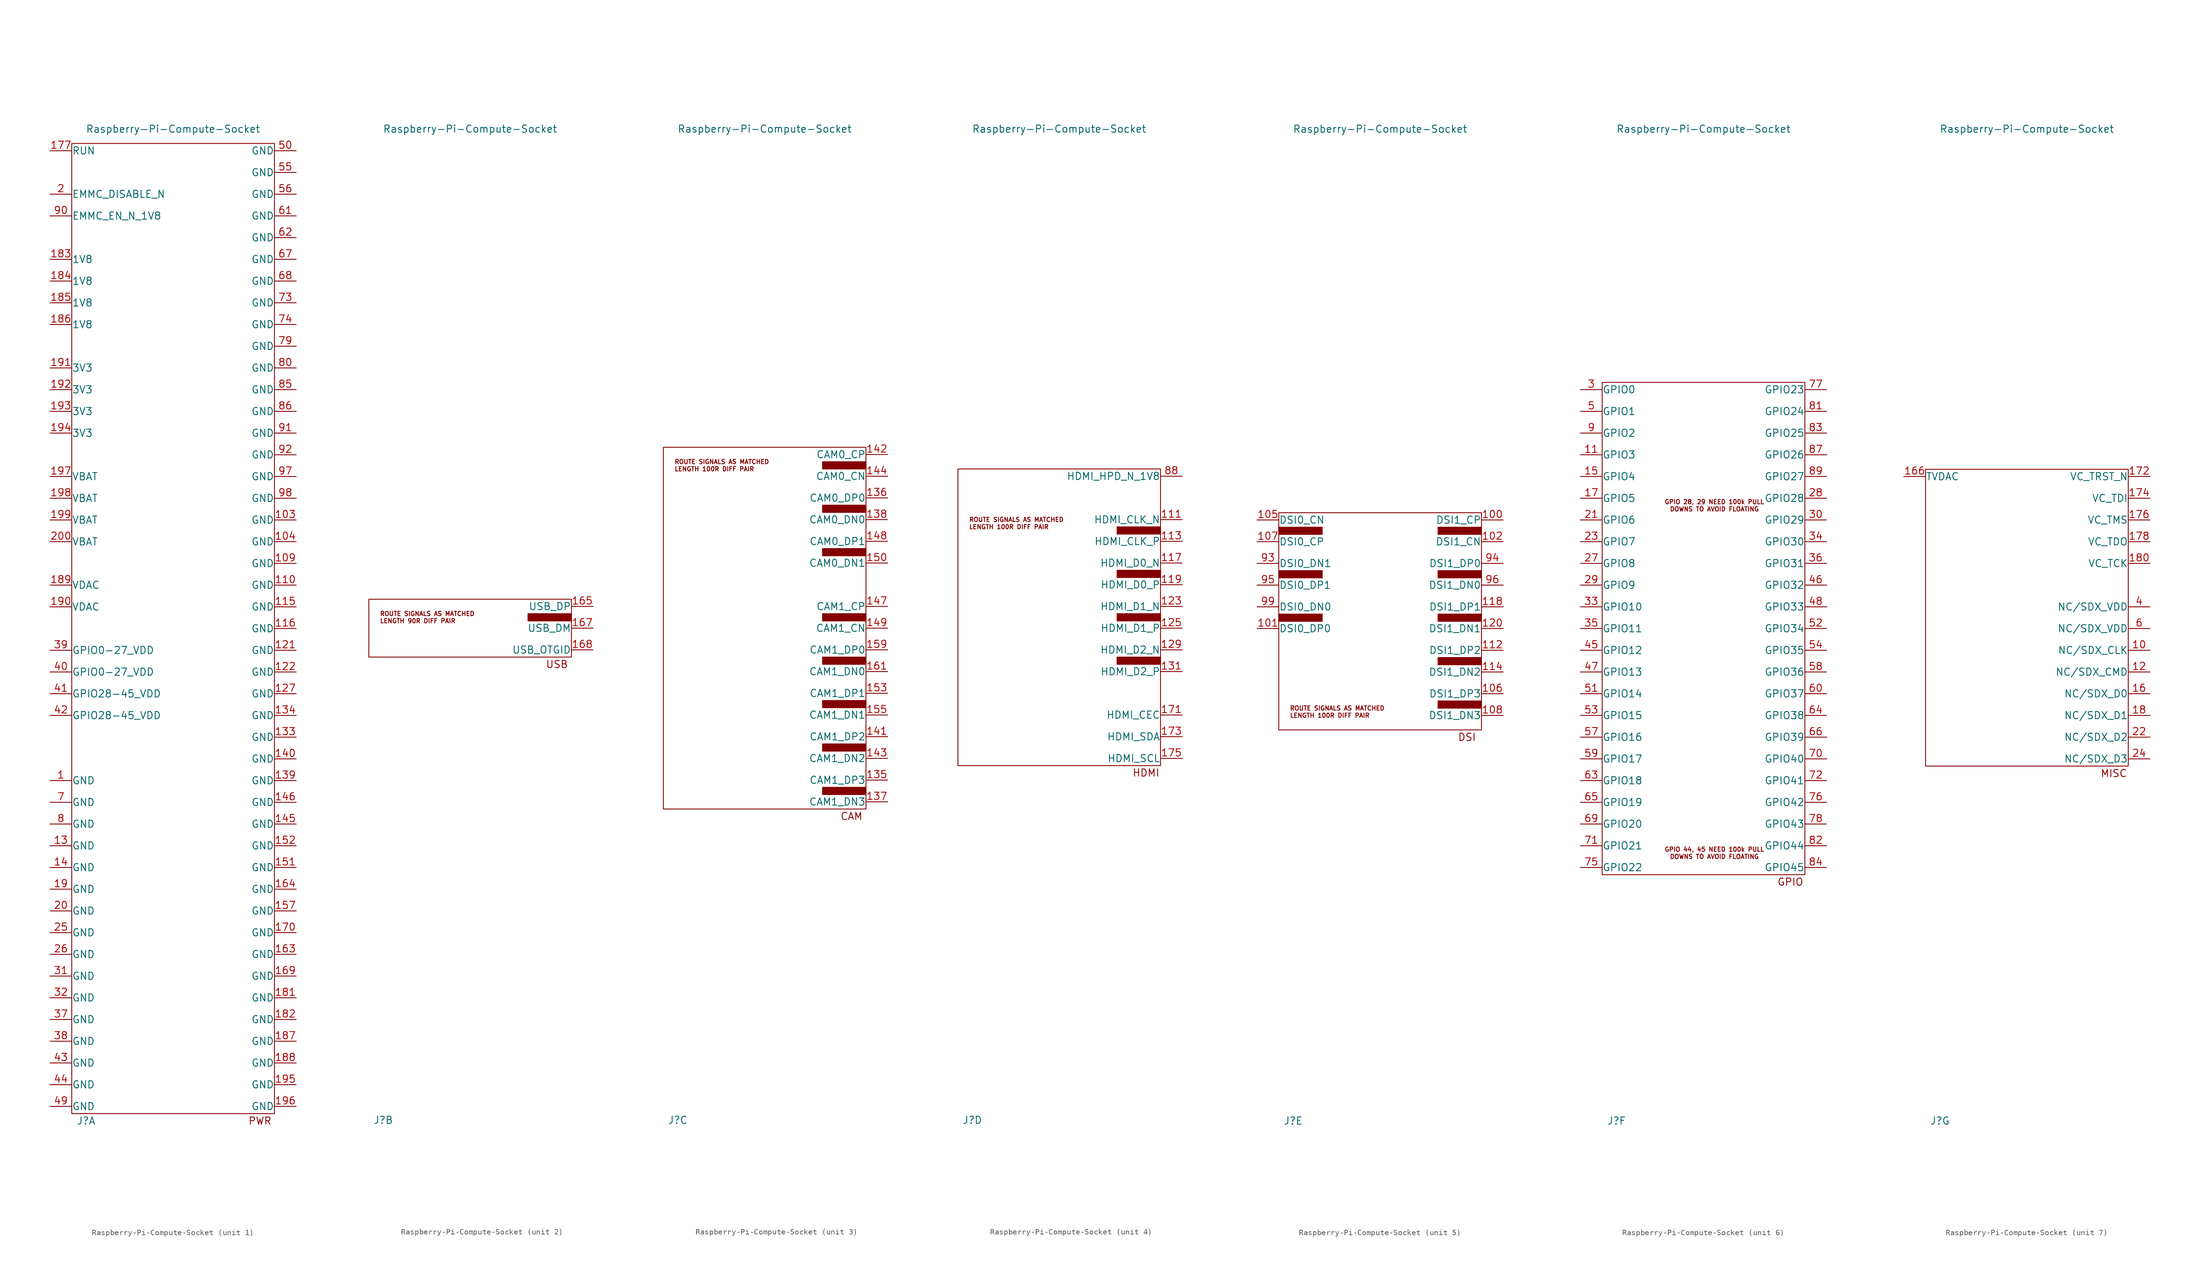
<source format=kicad_sym>
(kicad_symbol_lib
  (version 20210619)
  (generator kicad_symbol_editor)
  (symbol "tinkerforge:Raspberry-Pi-Compute-Socket"
    (pin_names
      (offset 0.025))
    (property "Reference" "J"
      (at -15.24 -86.36 0)
      (effects (font (size 1.27 1.27))))
    (property "Value" "Raspberry-Pi-Compute-Socket"
      (at 0 87.63 0)
      (effects (font (size 1.27 1.27))))
    (property "ki_locked" ""
      (at 0 0 0)
      (effects (font (size 1.27 1.27))))
    (symbol "Raspberry-Pi-Compute-Socket_1_0"
      (text "PWR" (at 15.24 -86.36 0) (effects (font (size 1.27 1.27)))))
    (symbol "Raspberry-Pi-Compute-Socket_1_1"
      (rectangle (start -17.78 85.09) (end 17.78 -85.09) (stroke (width 0)) (fill (type none)))
      (pin input line (at -21.59 -26.67 0) (length 3.81) (name "GND" (effects (font (size 1.27 1.27)))) (number "1" (effects (font (size 1.27 1.27)))))
      (pin input line (at 21.59 19.05 180) (length 3.81) (name "GND" (effects (font (size 1.27 1.27)))) (number "103" (effects (font (size 1.27 1.27)))))
      (pin input line (at 21.59 15.24 180) (length 3.81) (name "GND" (effects (font (size 1.27 1.27)))) (number "104" (effects (font (size 1.27 1.27)))))
      (pin input line (at 21.59 11.43 180) (length 3.81) (name "GND" (effects (font (size 1.27 1.27)))) (number "109" (effects (font (size 1.27 1.27)))))
      (pin input line (at 21.59 7.62 180) (length 3.81) (name "GND" (effects (font (size 1.27 1.27)))) (number "110" (effects (font (size 1.27 1.27)))))
      (pin input line (at 21.59 3.81 180) (length 3.81) (name "GND" (effects (font (size 1.27 1.27)))) (number "115" (effects (font (size 1.27 1.27)))))
      (pin input line (at 21.59 0 180) (length 3.81) (name "GND" (effects (font (size 1.27 1.27)))) (number "116" (effects (font (size 1.27 1.27)))))
      (pin input line (at 21.59 -3.81 180) (length 3.81) (name "GND" (effects (font (size 1.27 1.27)))) (number "121" (effects (font (size 1.27 1.27)))))
      (pin input line (at 21.59 -7.62 180) (length 3.81) (name "GND" (effects (font (size 1.27 1.27)))) (number "122" (effects (font (size 1.27 1.27)))))
      (pin input line (at 21.59 -11.43 180) (length 3.81) (name "GND" (effects (font (size 1.27 1.27)))) (number "127" (effects (font (size 1.27 1.27)))))
      (pin input line (at -21.59 -38.1 0) (length 3.81) (name "GND" (effects (font (size 1.27 1.27)))) (number "13" (effects (font (size 1.27 1.27)))))
      (pin input line (at 21.59 -19.05 180) (length 3.81) (name "GND" (effects (font (size 1.27 1.27)))) (number "133" (effects (font (size 1.27 1.27)))))
      (pin input line (at 21.59 -15.24 180) (length 3.81) (name "GND" (effects (font (size 1.27 1.27)))) (number "134" (effects (font (size 1.27 1.27)))))
      (pin input line (at 21.59 -26.67 180) (length 3.81) (name "GND" (effects (font (size 1.27 1.27)))) (number "139" (effects (font (size 1.27 1.27)))))
      (pin input line (at -21.59 -41.91 0) (length 3.81) (name "GND" (effects (font (size 1.27 1.27)))) (number "14" (effects (font (size 1.27 1.27)))))
      (pin input line (at 21.59 -22.86 180) (length 3.81) (name "GND" (effects (font (size 1.27 1.27)))) (number "140" (effects (font (size 1.27 1.27)))))
      (pin input line (at 21.59 -34.29 180) (length 3.81) (name "GND" (effects (font (size 1.27 1.27)))) (number "145" (effects (font (size 1.27 1.27)))))
      (pin input line (at 21.59 -30.48 180) (length 3.81) (name "GND" (effects (font (size 1.27 1.27)))) (number "146" (effects (font (size 1.27 1.27)))))
      (pin input line (at 21.59 -41.91 180) (length 3.81) (name "GND" (effects (font (size 1.27 1.27)))) (number "151" (effects (font (size 1.27 1.27)))))
      (pin input line (at 21.59 -38.1 180) (length 3.81) (name "GND" (effects (font (size 1.27 1.27)))) (number "152" (effects (font (size 1.27 1.27)))))
      (pin input line (at 21.59 -49.53 180) (length 3.81) (name "GND" (effects (font (size 1.27 1.27)))) (number "157" (effects (font (size 1.27 1.27)))))
      (pin input line (at 21.59 -57.15 180) (length 3.81) (name "GND" (effects (font (size 1.27 1.27)))) (number "163" (effects (font (size 1.27 1.27)))))
      (pin input line (at 21.59 -45.72 180) (length 3.81) (name "GND" (effects (font (size 1.27 1.27)))) (number "164" (effects (font (size 1.27 1.27)))))
      (pin input line (at 21.59 -60.96 180) (length 3.81) (name "GND" (effects (font (size 1.27 1.27)))) (number "169" (effects (font (size 1.27 1.27)))))
      (pin input line (at 21.59 -53.34 180) (length 3.81) (name "GND" (effects (font (size 1.27 1.27)))) (number "170" (effects (font (size 1.27 1.27)))))
      (pin input line (at -21.59 83.82 0) (length 3.81) (name "RUN" (effects (font (size 1.27 1.27)))) (number "177" (effects (font (size 1.27 1.27)))))
      (pin no_connect line (at -21.59 80.01 0) (length 3.81) hide (name "VDD_CORE" (effects (font (size 1.27 1.27)))) (number "179" (effects (font (size 1.27 1.27)))))
      (pin input line (at 21.59 -64.77 180) (length 3.81) (name "GND" (effects (font (size 1.27 1.27)))) (number "181" (effects (font (size 1.27 1.27)))))
      (pin input line (at 21.59 -68.58 180) (length 3.81) (name "GND" (effects (font (size 1.27 1.27)))) (number "182" (effects (font (size 1.27 1.27)))))
      (pin input line (at -21.59 64.77 0) (length 3.81) (name "1V8" (effects (font (size 1.27 1.27)))) (number "183" (effects (font (size 1.27 1.27)))))
      (pin input line (at -21.59 60.96 0) (length 3.81) (name "1V8" (effects (font (size 1.27 1.27)))) (number "184" (effects (font (size 1.27 1.27)))))
      (pin input line (at -21.59 57.15 0) (length 3.81) (name "1V8" (effects (font (size 1.27 1.27)))) (number "185" (effects (font (size 1.27 1.27)))))
      (pin input line (at -21.59 53.34 0) (length 3.81) (name "1V8" (effects (font (size 1.27 1.27)))) (number "186" (effects (font (size 1.27 1.27)))))
      (pin input line (at 21.59 -72.39 180) (length 3.81) (name "GND" (effects (font (size 1.27 1.27)))) (number "187" (effects (font (size 1.27 1.27)))))
      (pin input line (at 21.59 -76.2 180) (length 3.81) (name "GND" (effects (font (size 1.27 1.27)))) (number "188" (effects (font (size 1.27 1.27)))))
      (pin input line (at -21.59 7.62 0) (length 3.81) (name "VDAC" (effects (font (size 1.27 1.27)))) (number "189" (effects (font (size 1.27 1.27)))))
      (pin input line (at -21.59 -45.72 0) (length 3.81) (name "GND" (effects (font (size 1.27 1.27)))) (number "19" (effects (font (size 1.27 1.27)))))
      (pin input line (at -21.59 3.81 0) (length 3.81) (name "VDAC" (effects (font (size 1.27 1.27)))) (number "190" (effects (font (size 1.27 1.27)))))
      (pin input line (at -21.59 45.72 0) (length 3.81) (name "3V3" (effects (font (size 1.27 1.27)))) (number "191" (effects (font (size 1.27 1.27)))))
      (pin input line (at -21.59 41.91 0) (length 3.81) (name "3V3" (effects (font (size 1.27 1.27)))) (number "192" (effects (font (size 1.27 1.27)))))
      (pin input line (at -21.59 38.1 0) (length 3.81) (name "3V3" (effects (font (size 1.27 1.27)))) (number "193" (effects (font (size 1.27 1.27)))))
      (pin input line (at -21.59 34.29 0) (length 3.81) (name "3V3" (effects (font (size 1.27 1.27)))) (number "194" (effects (font (size 1.27 1.27)))))
      (pin input line (at 21.59 -80.01 180) (length 3.81) (name "GND" (effects (font (size 1.27 1.27)))) (number "195" (effects (font (size 1.27 1.27)))))
      (pin input line (at 21.59 -83.82 180) (length 3.81) (name "GND" (effects (font (size 1.27 1.27)))) (number "196" (effects (font (size 1.27 1.27)))))
      (pin input line (at -21.59 26.67 0) (length 3.81) (name "VBAT" (effects (font (size 1.27 1.27)))) (number "197" (effects (font (size 1.27 1.27)))))
      (pin input line (at -21.59 22.86 0) (length 3.81) (name "VBAT" (effects (font (size 1.27 1.27)))) (number "198" (effects (font (size 1.27 1.27)))))
      (pin input line (at -21.59 19.05 0) (length 3.81) (name "VBAT" (effects (font (size 1.27 1.27)))) (number "199" (effects (font (size 1.27 1.27)))))
      (pin input line (at -21.59 76.2 0) (length 3.81) (name "EMMC_DISABLE_N" (effects (font (size 1.27 1.27)))) (number "2" (effects (font (size 1.27 1.27)))))
      (pin input line (at -21.59 -49.53 0) (length 3.81) (name "GND" (effects (font (size 1.27 1.27)))) (number "20" (effects (font (size 1.27 1.27)))))
      (pin input line (at -21.59 15.24 0) (length 3.81) (name "VBAT" (effects (font (size 1.27 1.27)))) (number "200" (effects (font (size 1.27 1.27)))))
      (pin input line (at -21.59 -53.34 0) (length 3.81) (name "GND" (effects (font (size 1.27 1.27)))) (number "25" (effects (font (size 1.27 1.27)))))
      (pin input line (at -21.59 -57.15 0) (length 3.81) (name "GND" (effects (font (size 1.27 1.27)))) (number "26" (effects (font (size 1.27 1.27)))))
      (pin input line (at -21.59 -60.96 0) (length 3.81) (name "GND" (effects (font (size 1.27 1.27)))) (number "31" (effects (font (size 1.27 1.27)))))
      (pin input line (at -21.59 -64.77 0) (length 3.81) (name "GND" (effects (font (size 1.27 1.27)))) (number "32" (effects (font (size 1.27 1.27)))))
      (pin input line (at -21.59 -68.58 0) (length 3.81) (name "GND" (effects (font (size 1.27 1.27)))) (number "37" (effects (font (size 1.27 1.27)))))
      (pin input line (at -21.59 -72.39 0) (length 3.81) (name "GND" (effects (font (size 1.27 1.27)))) (number "38" (effects (font (size 1.27 1.27)))))
      (pin input line (at -21.59 -3.81 0) (length 3.81) (name "GPIO0-27_VDD" (effects (font (size 1.27 1.27)))) (number "39" (effects (font (size 1.27 1.27)))))
      (pin input line (at -21.59 -7.62 0) (length 3.81) (name "GPIO0-27_VDD" (effects (font (size 1.27 1.27)))) (number "40" (effects (font (size 1.27 1.27)))))
      (pin input line (at -21.59 -11.43 0) (length 3.81) (name "GPIO28-45_VDD" (effects (font (size 1.27 1.27)))) (number "41" (effects (font (size 1.27 1.27)))))
      (pin input line (at -21.59 -15.24 0) (length 3.81) (name "GPIO28-45_VDD" (effects (font (size 1.27 1.27)))) (number "42" (effects (font (size 1.27 1.27)))))
      (pin input line (at -21.59 -76.2 0) (length 3.81) (name "GND" (effects (font (size 1.27 1.27)))) (number "43" (effects (font (size 1.27 1.27)))))
      (pin input line (at -21.59 -80.01 0) (length 3.81) (name "GND" (effects (font (size 1.27 1.27)))) (number "44" (effects (font (size 1.27 1.27)))))
      (pin input line (at -21.59 -83.82 0) (length 3.81) (name "GND" (effects (font (size 1.27 1.27)))) (number "49" (effects (font (size 1.27 1.27)))))
      (pin input line (at 21.59 83.82 180) (length 3.81) (name "GND" (effects (font (size 1.27 1.27)))) (number "50" (effects (font (size 1.27 1.27)))))
      (pin input line (at 21.59 80.01 180) (length 3.81) (name "GND" (effects (font (size 1.27 1.27)))) (number "55" (effects (font (size 1.27 1.27)))))
      (pin input line (at 21.59 76.2 180) (length 3.81) (name "GND" (effects (font (size 1.27 1.27)))) (number "56" (effects (font (size 1.27 1.27)))))
      (pin input line (at 21.59 72.39 180) (length 3.81) (name "GND" (effects (font (size 1.27 1.27)))) (number "61" (effects (font (size 1.27 1.27)))))
      (pin input line (at 21.59 68.58 180) (length 3.81) (name "GND" (effects (font (size 1.27 1.27)))) (number "62" (effects (font (size 1.27 1.27)))))
      (pin input line (at 21.59 64.77 180) (length 3.81) (name "GND" (effects (font (size 1.27 1.27)))) (number "67" (effects (font (size 1.27 1.27)))))
      (pin input line (at 21.59 60.96 180) (length 3.81) (name "GND" (effects (font (size 1.27 1.27)))) (number "68" (effects (font (size 1.27 1.27)))))
      (pin input line (at -21.59 -30.48 0) (length 3.81) (name "GND" (effects (font (size 1.27 1.27)))) (number "7" (effects (font (size 1.27 1.27)))))
      (pin input line (at 21.59 57.15 180) (length 3.81) (name "GND" (effects (font (size 1.27 1.27)))) (number "73" (effects (font (size 1.27 1.27)))))
      (pin input line (at 21.59 53.34 180) (length 3.81) (name "GND" (effects (font (size 1.27 1.27)))) (number "74" (effects (font (size 1.27 1.27)))))
      (pin input line (at 21.59 49.53 180) (length 3.81) (name "GND" (effects (font (size 1.27 1.27)))) (number "79" (effects (font (size 1.27 1.27)))))
      (pin input line (at -21.59 -34.29 0) (length 3.81) (name "GND" (effects (font (size 1.27 1.27)))) (number "8" (effects (font (size 1.27 1.27)))))
      (pin input line (at 21.59 45.72 180) (length 3.81) (name "GND" (effects (font (size 1.27 1.27)))) (number "80" (effects (font (size 1.27 1.27)))))
      (pin input line (at 21.59 41.91 180) (length 3.81) (name "GND" (effects (font (size 1.27 1.27)))) (number "85" (effects (font (size 1.27 1.27)))))
      (pin input line (at 21.59 38.1 180) (length 3.81) (name "GND" (effects (font (size 1.27 1.27)))) (number "86" (effects (font (size 1.27 1.27)))))
      (pin input line (at -21.59 72.39 0) (length 3.81) (name "EMMC_EN_N_1V8" (effects (font (size 1.27 1.27)))) (number "90" (effects (font (size 1.27 1.27)))))
      (pin input line (at 21.59 34.29 180) (length 3.81) (name "GND" (effects (font (size 1.27 1.27)))) (number "91" (effects (font (size 1.27 1.27)))))
      (pin input line (at 21.59 30.48 180) (length 3.81) (name "GND" (effects (font (size 1.27 1.27)))) (number "92" (effects (font (size 1.27 1.27)))))
      (pin input line (at 21.59 26.67 180) (length 3.81) (name "GND" (effects (font (size 1.27 1.27)))) (number "97" (effects (font (size 1.27 1.27)))))
      (pin input line (at 21.59 22.86 180) (length 3.81) (name "GND" (effects (font (size 1.27 1.27)))) (number "98" (effects (font (size 1.27 1.27))))))
    (symbol "Raspberry-Pi-Compute-Socket_2_0"
      (text "LENGTH 90R DIFF PAIR" (at -15.875 1.27 0) (effects (font (size 0.762 0.762)) (justify left)))
      (text "ROUTE SIGNALS AS MATCHED" (at -15.875 2.54 0) (effects (font (size 0.762 0.762)) (justify left)))
      (text "USB" (at 15.24 -6.35 0) (effects (font (size 1.27 1.27))))
      (rectangle (start 10.16 2.54) (end 17.78 1.27) (stroke (width 0)) (fill (type outline))))
    (symbol "Raspberry-Pi-Compute-Socket_2_1"
      (rectangle (start -17.78 5.08) (end 17.78 -5.08) (stroke (width 0)) (fill (type none)))
      (pin input line (at 21.59 3.81 180) (length 3.81) (name "USB_DP" (effects (font (size 1.27 1.27)))) (number "165" (effects (font (size 1.27 1.27)))))
      (pin input line (at 21.59 0 180) (length 3.81) (name "USB_DM" (effects (font (size 1.27 1.27)))) (number "167" (effects (font (size 1.27 1.27)))))
      (pin input line (at 21.59 -3.81 180) (length 3.81) (name "USB_OTGID" (effects (font (size 1.27 1.27)))) (number "168" (effects (font (size 1.27 1.27))))))
    (symbol "Raspberry-Pi-Compute-Socket_3_0"
      (text "CAM" (at 15.24 -33.02 0) (effects (font (size 1.27 1.27))))
      (text "LENGTH 100R DIFF PAIR" (at -15.875 27.94 0) (effects (font (size 0.762 0.762)) (justify left)))
      (text "ROUTE SIGNALS AS MATCHED" (at -15.875 29.21 0) (effects (font (size 0.762 0.762)) (justify left)))
      (rectangle (start -17.78 31.75) (end 17.78 -31.75) (stroke (width 0)) (fill (type none)))
      (rectangle (start 10.16 -27.94) (end 17.78 -29.21) (stroke (width 0)) (fill (type outline)))
      (rectangle (start 10.16 -20.32) (end 17.78 -21.59) (stroke (width 0)) (fill (type outline)))
      (rectangle (start 10.16 -12.7) (end 17.78 -13.97) (stroke (width 0)) (fill (type outline)))
      (rectangle (start 10.16 -5.08) (end 17.78 -6.35) (stroke (width 0)) (fill (type outline)))
      (rectangle (start 10.16 2.54) (end 17.78 1.27) (stroke (width 0)) (fill (type outline)))
      (rectangle (start 10.16 13.97) (end 17.78 12.7) (stroke (width 0)) (fill (type outline)))
      (rectangle (start 10.16 21.59) (end 17.78 20.32) (stroke (width 0)) (fill (type outline)))
      (rectangle (start 10.16 29.21) (end 17.78 27.94) (stroke (width 0)) (fill (type outline))))
    (symbol "Raspberry-Pi-Compute-Socket_3_1"
      (pin input line (at 21.59 -26.67 180) (length 3.81) (name "CAM1_DP3" (effects (font (size 1.27 1.27)))) (number "135" (effects (font (size 1.27 1.27)))))
      (pin input line (at 21.59 22.86 180) (length 3.81) (name "CAM0_DP0" (effects (font (size 1.27 1.27)))) (number "136" (effects (font (size 1.27 1.27)))))
      (pin input line (at 21.59 -30.48 180) (length 3.81) (name "CAM1_DN3" (effects (font (size 1.27 1.27)))) (number "137" (effects (font (size 1.27 1.27)))))
      (pin input line (at 21.59 19.05 180) (length 3.81) (name "CAM0_DN0" (effects (font (size 1.27 1.27)))) (number "138" (effects (font (size 1.27 1.27)))))
      (pin input line (at 21.59 -19.05 180) (length 3.81) (name "CAM1_DP2" (effects (font (size 1.27 1.27)))) (number "141" (effects (font (size 1.27 1.27)))))
      (pin input line (at 21.59 30.48 180) (length 3.81) (name "CAM0_CP" (effects (font (size 1.27 1.27)))) (number "142" (effects (font (size 1.27 1.27)))))
      (pin input line (at 21.59 -22.86 180) (length 3.81) (name "CAM1_DN2" (effects (font (size 1.27 1.27)))) (number "143" (effects (font (size 1.27 1.27)))))
      (pin input line (at 21.59 26.67 180) (length 3.81) (name "CAM0_CN" (effects (font (size 1.27 1.27)))) (number "144" (effects (font (size 1.27 1.27)))))
      (pin input line (at 21.59 3.81 180) (length 3.81) (name "CAM1_CP" (effects (font (size 1.27 1.27)))) (number "147" (effects (font (size 1.27 1.27)))))
      (pin input line (at 21.59 15.24 180) (length 3.81) (name "CAM0_DP1" (effects (font (size 1.27 1.27)))) (number "148" (effects (font (size 1.27 1.27)))))
      (pin input line (at 21.59 0 180) (length 3.81) (name "CAM1_CN" (effects (font (size 1.27 1.27)))) (number "149" (effects (font (size 1.27 1.27)))))
      (pin input line (at 21.59 11.43 180) (length 3.81) (name "CAM0_DN1" (effects (font (size 1.27 1.27)))) (number "150" (effects (font (size 1.27 1.27)))))
      (pin input line (at 21.59 -11.43 180) (length 3.81) (name "CAM1_DP1" (effects (font (size 1.27 1.27)))) (number "153" (effects (font (size 1.27 1.27)))))
      (pin input line (at 21.59 -15.24 180) (length 3.81) (name "CAM1_DN1" (effects (font (size 1.27 1.27)))) (number "155" (effects (font (size 1.27 1.27)))))
      (pin input line (at 21.59 -3.81 180) (length 3.81) (name "CAM1_DP0" (effects (font (size 1.27 1.27)))) (number "159" (effects (font (size 1.27 1.27)))))
      (pin input line (at 21.59 -7.62 180) (length 3.81) (name "CAM1_DN0" (effects (font (size 1.27 1.27)))) (number "161" (effects (font (size 1.27 1.27))))))
    (symbol "Raspberry-Pi-Compute-Socket_4_0"
      (text "HDMI" (at 15.24 -25.4 0) (effects (font (size 1.27 1.27))))
      (text "LENGTH 100R DIFF PAIR" (at -15.875 17.78 0) (effects (font (size 0.762 0.762)) (justify left)))
      (text "ROUTE SIGNALS AS MATCHED" (at -15.875 19.05 0) (effects (font (size 0.762 0.762)) (justify left)))
      (rectangle (start -17.78 27.94) (end 17.78 -24.13) (stroke (width 0)) (fill (type none)))
      (rectangle (start 10.16 -5.08) (end 17.78 -6.35) (stroke (width 0)) (fill (type outline)))
      (rectangle (start 10.16 2.54) (end 17.78 1.27) (stroke (width 0)) (fill (type outline)))
      (rectangle (start 10.16 10.16) (end 17.78 8.89) (stroke (width 0)) (fill (type outline)))
      (rectangle (start 10.16 17.78) (end 17.78 16.51) (stroke (width 0)) (fill (type outline))))
    (symbol "Raspberry-Pi-Compute-Socket_4_1"
      (pin input line (at 21.59 19.05 180) (length 3.81) (name "HDMI_CLK_N" (effects (font (size 1.27 1.27)))) (number "111" (effects (font (size 1.27 1.27)))))
      (pin input line (at 21.59 15.24 180) (length 3.81) (name "HDMI_CLK_P" (effects (font (size 1.27 1.27)))) (number "113" (effects (font (size 1.27 1.27)))))
      (pin input line (at 21.59 11.43 180) (length 3.81) (name "HDMI_D0_N" (effects (font (size 1.27 1.27)))) (number "117" (effects (font (size 1.27 1.27)))))
      (pin input line (at 21.59 7.62 180) (length 3.81) (name "HDMI_D0_P" (effects (font (size 1.27 1.27)))) (number "119" (effects (font (size 1.27 1.27)))))
      (pin input line (at 21.59 3.81 180) (length 3.81) (name "HDMI_D1_N" (effects (font (size 1.27 1.27)))) (number "123" (effects (font (size 1.27 1.27)))))
      (pin input line (at 21.59 0 180) (length 3.81) (name "HDMI_D1_P" (effects (font (size 1.27 1.27)))) (number "125" (effects (font (size 1.27 1.27)))))
      (pin input line (at 21.59 -3.81 180) (length 3.81) (name "HDMI_D2_N" (effects (font (size 1.27 1.27)))) (number "129" (effects (font (size 1.27 1.27)))))
      (pin input line (at 21.59 -7.62 180) (length 3.81) (name "HDMI_D2_P" (effects (font (size 1.27 1.27)))) (number "131" (effects (font (size 1.27 1.27)))))
      (pin input line (at 21.59 -15.24 180) (length 3.81) (name "HDMI_CEC" (effects (font (size 1.27 1.27)))) (number "171" (effects (font (size 1.27 1.27)))))
      (pin input line (at 21.59 -19.05 180) (length 3.81) (name "HDMI_SDA" (effects (font (size 1.27 1.27)))) (number "173" (effects (font (size 1.27 1.27)))))
      (pin input line (at 21.59 -22.86 180) (length 3.81) (name "HDMI_SCL" (effects (font (size 1.27 1.27)))) (number "175" (effects (font (size 1.27 1.27)))))
      (pin input line (at 21.59 26.67 180) (length 3.81) (name "HDMI_HPD_N_1V8" (effects (font (size 1.27 1.27)))) (number "88" (effects (font (size 1.27 1.27))))))
    (symbol "Raspberry-Pi-Compute-Socket_5_0"
      (text "DSI" (at 15.24 -19.05 0) (effects (font (size 1.27 1.27))))
      (text "LENGTH 100R DIFF PAIR" (at -15.875 -15.24 0) (effects (font (size 0.762 0.762)) (justify left)))
      (text "ROUTE SIGNALS AS MATCHED" (at -15.875 -13.97 0) (effects (font (size 0.762 0.762)) (justify left)))
      (rectangle (start -17.78 20.32) (end 17.78 -17.78) (stroke (width 0)) (fill (type none)))
      (rectangle (start -17.78 2.54) (end -10.16 1.27) (stroke (width 0)) (fill (type outline)))
      (rectangle (start -17.78 10.16) (end -10.16 8.89) (stroke (width 0)) (fill (type outline)))
      (rectangle (start -17.78 17.78) (end -10.16 16.51) (stroke (width 0)) (fill (type outline)))
      (rectangle (start 10.16 -12.7) (end 17.78 -13.97) (stroke (width 0)) (fill (type outline)))
      (rectangle (start 10.16 -5.08) (end 17.78 -6.35) (stroke (width 0)) (fill (type outline)))
      (rectangle (start 10.16 2.54) (end 17.78 1.27) (stroke (width 0)) (fill (type outline)))
      (rectangle (start 10.16 10.16) (end 17.78 8.89) (stroke (width 0)) (fill (type outline)))
      (rectangle (start 10.16 17.78) (end 17.78 16.51) (stroke (width 0)) (fill (type outline))))
    (symbol "Raspberry-Pi-Compute-Socket_5_1"
      (pin input line (at 21.59 19.05 180) (length 3.81) (name "DSI1_CP" (effects (font (size 1.27 1.27)))) (number "100" (effects (font (size 1.27 1.27)))))
      (pin input line (at -21.59 0 0) (length 3.81) (name "DSI0_DP0" (effects (font (size 1.27 1.27)))) (number "101" (effects (font (size 1.27 1.27)))))
      (pin input line (at 21.59 15.24 180) (length 3.81) (name "DSI1_CN" (effects (font (size 1.27 1.27)))) (number "102" (effects (font (size 1.27 1.27)))))
      (pin input line (at -21.59 19.05 0) (length 3.81) (name "DSI0_CN" (effects (font (size 1.27 1.27)))) (number "105" (effects (font (size 1.27 1.27)))))
      (pin input line (at 21.59 -11.43 180) (length 3.81) (name "DSI1_DP3" (effects (font (size 1.27 1.27)))) (number "106" (effects (font (size 1.27 1.27)))))
      (pin input line (at -21.59 15.24 0) (length 3.81) (name "DSI0_CP" (effects (font (size 1.27 1.27)))) (number "107" (effects (font (size 1.27 1.27)))))
      (pin input line (at 21.59 -15.24 180) (length 3.81) (name "DSI1_DN3" (effects (font (size 1.27 1.27)))) (number "108" (effects (font (size 1.27 1.27)))))
      (pin input line (at 21.59 -3.81 180) (length 3.81) (name "DSI1_DP2" (effects (font (size 1.27 1.27)))) (number "112" (effects (font (size 1.27 1.27)))))
      (pin input line (at 21.59 -7.62 180) (length 3.81) (name "DSI1_DN2" (effects (font (size 1.27 1.27)))) (number "114" (effects (font (size 1.27 1.27)))))
      (pin input line (at 21.59 3.81 180) (length 3.81) (name "DSI1_DP1" (effects (font (size 1.27 1.27)))) (number "118" (effects (font (size 1.27 1.27)))))
      (pin input line (at 21.59 0 180) (length 3.81) (name "DSI1_DN1" (effects (font (size 1.27 1.27)))) (number "120" (effects (font (size 1.27 1.27)))))
      (pin input line (at -21.59 11.43 0) (length 3.81) (name "DSI0_DN1" (effects (font (size 1.27 1.27)))) (number "93" (effects (font (size 1.27 1.27)))))
      (pin input line (at 21.59 11.43 180) (length 3.81) (name "DSI1_DP0" (effects (font (size 1.27 1.27)))) (number "94" (effects (font (size 1.27 1.27)))))
      (pin input line (at -21.59 7.62 0) (length 3.81) (name "DSI0_DP1" (effects (font (size 1.27 1.27)))) (number "95" (effects (font (size 1.27 1.27)))))
      (pin input line (at 21.59 7.62 180) (length 3.81) (name "DSI1_DN0" (effects (font (size 1.27 1.27)))) (number "96" (effects (font (size 1.27 1.27)))))
      (pin input line (at -21.59 3.81 0) (length 3.81) (name "DSI0_DN0" (effects (font (size 1.27 1.27)))) (number "99" (effects (font (size 1.27 1.27))))))
    (symbol "Raspberry-Pi-Compute-Socket_6_0"
      (text "DOWNS TO AVOID FLOATING" (at 1.905 -40.005 0) (effects (font (size 0.762 0.762))))
      (text "DOWNS TO AVOID FLOATING" (at 1.905 20.955 0) (effects (font (size 0.762 0.762))))
      (text "GPIO" (at 15.24 -44.45 0) (effects (font (size 1.27 1.27))))
      (text "GPIO 28, 29 NEED 100k PULL" (at 1.905 22.225 0) (effects (font (size 0.762 0.762))))
      (text "GPIO 44, 45 NEED 100k PULL" (at 1.905 -38.735 0) (effects (font (size 0.762 0.762))))
      (rectangle (start -17.78 43.18) (end 17.78 -43.18) (stroke (width 0)) (fill (type none))))
    (symbol "Raspberry-Pi-Compute-Socket_6_1"
      (pin input line (at -21.59 30.48 0) (length 3.81) (name "GPIO3" (effects (font (size 1.27 1.27)))) (number "11" (effects (font (size 1.27 1.27)))))
      (pin input line (at -21.59 26.67 0) (length 3.81) (name "GPIO4" (effects (font (size 1.27 1.27)))) (number "15" (effects (font (size 1.27 1.27)))))
      (pin input line (at -21.59 22.86 0) (length 3.81) (name "GPIO5" (effects (font (size 1.27 1.27)))) (number "17" (effects (font (size 1.27 1.27)))))
      (pin input line (at -21.59 19.05 0) (length 3.81) (name "GPIO6" (effects (font (size 1.27 1.27)))) (number "21" (effects (font (size 1.27 1.27)))))
      (pin input line (at -21.59 15.24 0) (length 3.81) (name "GPIO7" (effects (font (size 1.27 1.27)))) (number "23" (effects (font (size 1.27 1.27)))))
      (pin input line (at -21.59 11.43 0) (length 3.81) (name "GPIO8" (effects (font (size 1.27 1.27)))) (number "27" (effects (font (size 1.27 1.27)))))
      (pin input line (at 21.59 22.86 180) (length 3.81) (name "GPIO28" (effects (font (size 1.27 1.27)))) (number "28" (effects (font (size 1.27 1.27)))))
      (pin input line (at -21.59 7.62 0) (length 3.81) (name "GPIO9" (effects (font (size 1.27 1.27)))) (number "29" (effects (font (size 1.27 1.27)))))
      (pin input line (at -21.59 41.91 0) (length 3.81) (name "GPIO0" (effects (font (size 1.27 1.27)))) (number "3" (effects (font (size 1.27 1.27)))))
      (pin input line (at 21.59 19.05 180) (length 3.81) (name "GPIO29" (effects (font (size 1.27 1.27)))) (number "30" (effects (font (size 1.27 1.27)))))
      (pin input line (at -21.59 3.81 0) (length 3.81) (name "GPIO10" (effects (font (size 1.27 1.27)))) (number "33" (effects (font (size 1.27 1.27)))))
      (pin input line (at 21.59 15.24 180) (length 3.81) (name "GPIO30" (effects (font (size 1.27 1.27)))) (number "34" (effects (font (size 1.27 1.27)))))
      (pin input line (at -21.59 0 0) (length 3.81) (name "GPIO11" (effects (font (size 1.27 1.27)))) (number "35" (effects (font (size 1.27 1.27)))))
      (pin input line (at 21.59 11.43 180) (length 3.81) (name "GPIO31" (effects (font (size 1.27 1.27)))) (number "36" (effects (font (size 1.27 1.27)))))
      (pin input line (at -21.59 -3.81 0) (length 3.81) (name "GPIO12" (effects (font (size 1.27 1.27)))) (number "45" (effects (font (size 1.27 1.27)))))
      (pin input line (at 21.59 7.62 180) (length 3.81) (name "GPIO32" (effects (font (size 1.27 1.27)))) (number "46" (effects (font (size 1.27 1.27)))))
      (pin input line (at -21.59 -7.62 0) (length 3.81) (name "GPIO13" (effects (font (size 1.27 1.27)))) (number "47" (effects (font (size 1.27 1.27)))))
      (pin input line (at 21.59 3.81 180) (length 3.81) (name "GPIO33" (effects (font (size 1.27 1.27)))) (number "48" (effects (font (size 1.27 1.27)))))
      (pin input line (at -21.59 38.1 0) (length 3.81) (name "GPIO1" (effects (font (size 1.27 1.27)))) (number "5" (effects (font (size 1.27 1.27)))))
      (pin input line (at -21.59 -11.43 0) (length 3.81) (name "GPIO14" (effects (font (size 1.27 1.27)))) (number "51" (effects (font (size 1.27 1.27)))))
      (pin input line (at 21.59 0 180) (length 3.81) (name "GPIO34" (effects (font (size 1.27 1.27)))) (number "52" (effects (font (size 1.27 1.27)))))
      (pin input line (at -21.59 -15.24 0) (length 3.81) (name "GPIO15" (effects (font (size 1.27 1.27)))) (number "53" (effects (font (size 1.27 1.27)))))
      (pin input line (at 21.59 -3.81 180) (length 3.81) (name "GPIO35" (effects (font (size 1.27 1.27)))) (number "54" (effects (font (size 1.27 1.27)))))
      (pin input line (at -21.59 -19.05 0) (length 3.81) (name "GPIO16" (effects (font (size 1.27 1.27)))) (number "57" (effects (font (size 1.27 1.27)))))
      (pin input line (at 21.59 -7.62 180) (length 3.81) (name "GPIO36" (effects (font (size 1.27 1.27)))) (number "58" (effects (font (size 1.27 1.27)))))
      (pin input line (at -21.59 -22.86 0) (length 3.81) (name "GPIO17" (effects (font (size 1.27 1.27)))) (number "59" (effects (font (size 1.27 1.27)))))
      (pin input line (at 21.59 -11.43 180) (length 3.81) (name "GPIO37" (effects (font (size 1.27 1.27)))) (number "60" (effects (font (size 1.27 1.27)))))
      (pin input line (at -21.59 -26.67 0) (length 3.81) (name "GPIO18" (effects (font (size 1.27 1.27)))) (number "63" (effects (font (size 1.27 1.27)))))
      (pin input line (at 21.59 -15.24 180) (length 3.81) (name "GPIO38" (effects (font (size 1.27 1.27)))) (number "64" (effects (font (size 1.27 1.27)))))
      (pin input line (at -21.59 -30.48 0) (length 3.81) (name "GPIO19" (effects (font (size 1.27 1.27)))) (number "65" (effects (font (size 1.27 1.27)))))
      (pin input line (at 21.59 -19.05 180) (length 3.81) (name "GPIO39" (effects (font (size 1.27 1.27)))) (number "66" (effects (font (size 1.27 1.27)))))
      (pin input line (at -21.59 -34.29 0) (length 3.81) (name "GPIO20" (effects (font (size 1.27 1.27)))) (number "69" (effects (font (size 1.27 1.27)))))
      (pin input line (at 21.59 -22.86 180) (length 3.81) (name "GPIO40" (effects (font (size 1.27 1.27)))) (number "70" (effects (font (size 1.27 1.27)))))
      (pin input line (at -21.59 -38.1 0) (length 3.81) (name "GPIO21" (effects (font (size 1.27 1.27)))) (number "71" (effects (font (size 1.27 1.27)))))
      (pin input line (at 21.59 -26.67 180) (length 3.81) (name "GPIO41" (effects (font (size 1.27 1.27)))) (number "72" (effects (font (size 1.27 1.27)))))
      (pin input line (at -21.59 -41.91 0) (length 3.81) (name "GPIO22" (effects (font (size 1.27 1.27)))) (number "75" (effects (font (size 1.27 1.27)))))
      (pin input line (at 21.59 -30.48 180) (length 3.81) (name "GPIO42" (effects (font (size 1.27 1.27)))) (number "76" (effects (font (size 1.27 1.27)))))
      (pin input line (at 21.59 41.91 180) (length 3.81) (name "GPIO23" (effects (font (size 1.27 1.27)))) (number "77" (effects (font (size 1.27 1.27)))))
      (pin input line (at 21.59 -34.29 180) (length 3.81) (name "GPIO43" (effects (font (size 1.27 1.27)))) (number "78" (effects (font (size 1.27 1.27)))))
      (pin input line (at 21.59 38.1 180) (length 3.81) (name "GPIO24" (effects (font (size 1.27 1.27)))) (number "81" (effects (font (size 1.27 1.27)))))
      (pin input line (at 21.59 -38.1 180) (length 3.81) (name "GPIO44" (effects (font (size 1.27 1.27)))) (number "82" (effects (font (size 1.27 1.27)))))
      (pin input line (at 21.59 34.29 180) (length 3.81) (name "GPIO25" (effects (font (size 1.27 1.27)))) (number "83" (effects (font (size 1.27 1.27)))))
      (pin input line (at 21.59 -41.91 180) (length 3.81) (name "GPIO45" (effects (font (size 1.27 1.27)))) (number "84" (effects (font (size 1.27 1.27)))))
      (pin input line (at 21.59 30.48 180) (length 3.81) (name "GPIO26" (effects (font (size 1.27 1.27)))) (number "87" (effects (font (size 1.27 1.27)))))
      (pin input line (at 21.59 26.67 180) (length 3.81) (name "GPIO27" (effects (font (size 1.27 1.27)))) (number "89" (effects (font (size 1.27 1.27)))))
      (pin input line (at -21.59 34.29 0) (length 3.81) (name "GPIO2" (effects (font (size 1.27 1.27)))) (number "9" (effects (font (size 1.27 1.27))))))
    (symbol "Raspberry-Pi-Compute-Socket_7_0"
      (text "MISC" (at 15.24 -25.4 0) (effects (font (size 1.27 1.27))))
      (rectangle (start -17.78 27.94) (end 17.78 -24.13) (stroke (width 0)) (fill (type none))))
    (symbol "Raspberry-Pi-Compute-Socket_7_1"
      (pin passive line (at 21.59 -3.81 180) (length 3.81) (name "NC/SDX_CLK" (effects (font (size 1.27 1.27)))) (number "10" (effects (font (size 1.27 1.27)))))
      (pin passive line (at 21.59 -7.62 180) (length 3.81) (name "NC/SDX_CMD" (effects (font (size 1.27 1.27)))) (number "12" (effects (font (size 1.27 1.27)))))
      (pin no_connect line (at -21.59 11.43 0) (length 3.81) hide (name "NC" (effects (font (size 1.27 1.27)))) (number "124" (effects (font (size 1.27 1.27)))))
      (pin no_connect line (at -21.59 7.62 0) (length 3.81) hide (name "NC" (effects (font (size 1.27 1.27)))) (number "126" (effects (font (size 1.27 1.27)))))
      (pin no_connect line (at -21.59 3.81 0) (length 3.81) hide (name "NC" (effects (font (size 1.27 1.27)))) (number "128" (effects (font (size 1.27 1.27)))))
      (pin no_connect line (at -21.59 0 0) (length 3.81) hide (name "NC" (effects (font (size 1.27 1.27)))) (number "130" (effects (font (size 1.27 1.27)))))
      (pin no_connect line (at -21.59 -3.81 0) (length 3.81) hide (name "NC" (effects (font (size 1.27 1.27)))) (number "132" (effects (font (size 1.27 1.27)))))
      (pin no_connect line (at -21.59 -7.62 0) (length 3.81) hide (name "NC" (effects (font (size 1.27 1.27)))) (number "154" (effects (font (size 1.27 1.27)))))
      (pin no_connect line (at -21.59 -11.43 0) (length 3.81) hide (name "NC" (effects (font (size 1.27 1.27)))) (number "156" (effects (font (size 1.27 1.27)))))
      (pin no_connect line (at -21.59 -15.24 0) (length 3.81) hide (name "NC" (effects (font (size 1.27 1.27)))) (number "158" (effects (font (size 1.27 1.27)))))
      (pin passive line (at 21.59 -11.43 180) (length 3.81) (name "NC/SDX_D0" (effects (font (size 1.27 1.27)))) (number "16" (effects (font (size 1.27 1.27)))))
      (pin no_connect line (at -21.59 -19.05 0) (length 3.81) hide (name "NC" (effects (font (size 1.27 1.27)))) (number "160" (effects (font (size 1.27 1.27)))))
      (pin no_connect line (at -21.59 -22.86 0) (length 3.81) hide (name "NC" (effects (font (size 1.27 1.27)))) (number "162" (effects (font (size 1.27 1.27)))))
      (pin input line (at -21.59 26.67 0) (length 3.81) (name "TVDAC" (effects (font (size 1.27 1.27)))) (number "166" (effects (font (size 1.27 1.27)))))
      (pin input line (at 21.59 26.67 180) (length 3.81) (name "VC_TRST_N" (effects (font (size 1.27 1.27)))) (number "172" (effects (font (size 1.27 1.27)))))
      (pin input line (at 21.59 22.86 180) (length 3.81) (name "VC_TDI" (effects (font (size 1.27 1.27)))) (number "174" (effects (font (size 1.27 1.27)))))
      (pin input line (at 21.59 19.05 180) (length 3.81) (name "VC_TMS" (effects (font (size 1.27 1.27)))) (number "176" (effects (font (size 1.27 1.27)))))
      (pin input line (at 21.59 15.24 180) (length 3.81) (name "VC_TDO" (effects (font (size 1.27 1.27)))) (number "178" (effects (font (size 1.27 1.27)))))
      (pin passive line (at 21.59 -15.24 180) (length 3.81) (name "NC/SDX_D1" (effects (font (size 1.27 1.27)))) (number "18" (effects (font (size 1.27 1.27)))))
      (pin input line (at 21.59 11.43 180) (length 3.81) (name "VC_TCK" (effects (font (size 1.27 1.27)))) (number "180" (effects (font (size 1.27 1.27)))))
      (pin passive line (at 21.59 -19.05 180) (length 3.81) (name "NC/SDX_D2" (effects (font (size 1.27 1.27)))) (number "22" (effects (font (size 1.27 1.27)))))
      (pin passive line (at 21.59 -22.86 180) (length 3.81) (name "NC/SDX_D3" (effects (font (size 1.27 1.27)))) (number "24" (effects (font (size 1.27 1.27)))))
      (pin passive line (at 21.59 3.81 180) (length 3.81) (name "NC/SDX_VDD" (effects (font (size 1.27 1.27)))) (number "4" (effects (font (size 1.27 1.27)))))
      (pin passive line (at 21.59 0 180) (length 3.81) (name "NC/SDX_VDD" (effects (font (size 1.27 1.27)))) (number "6" (effects (font (size 1.27 1.27))))))))
</source>
